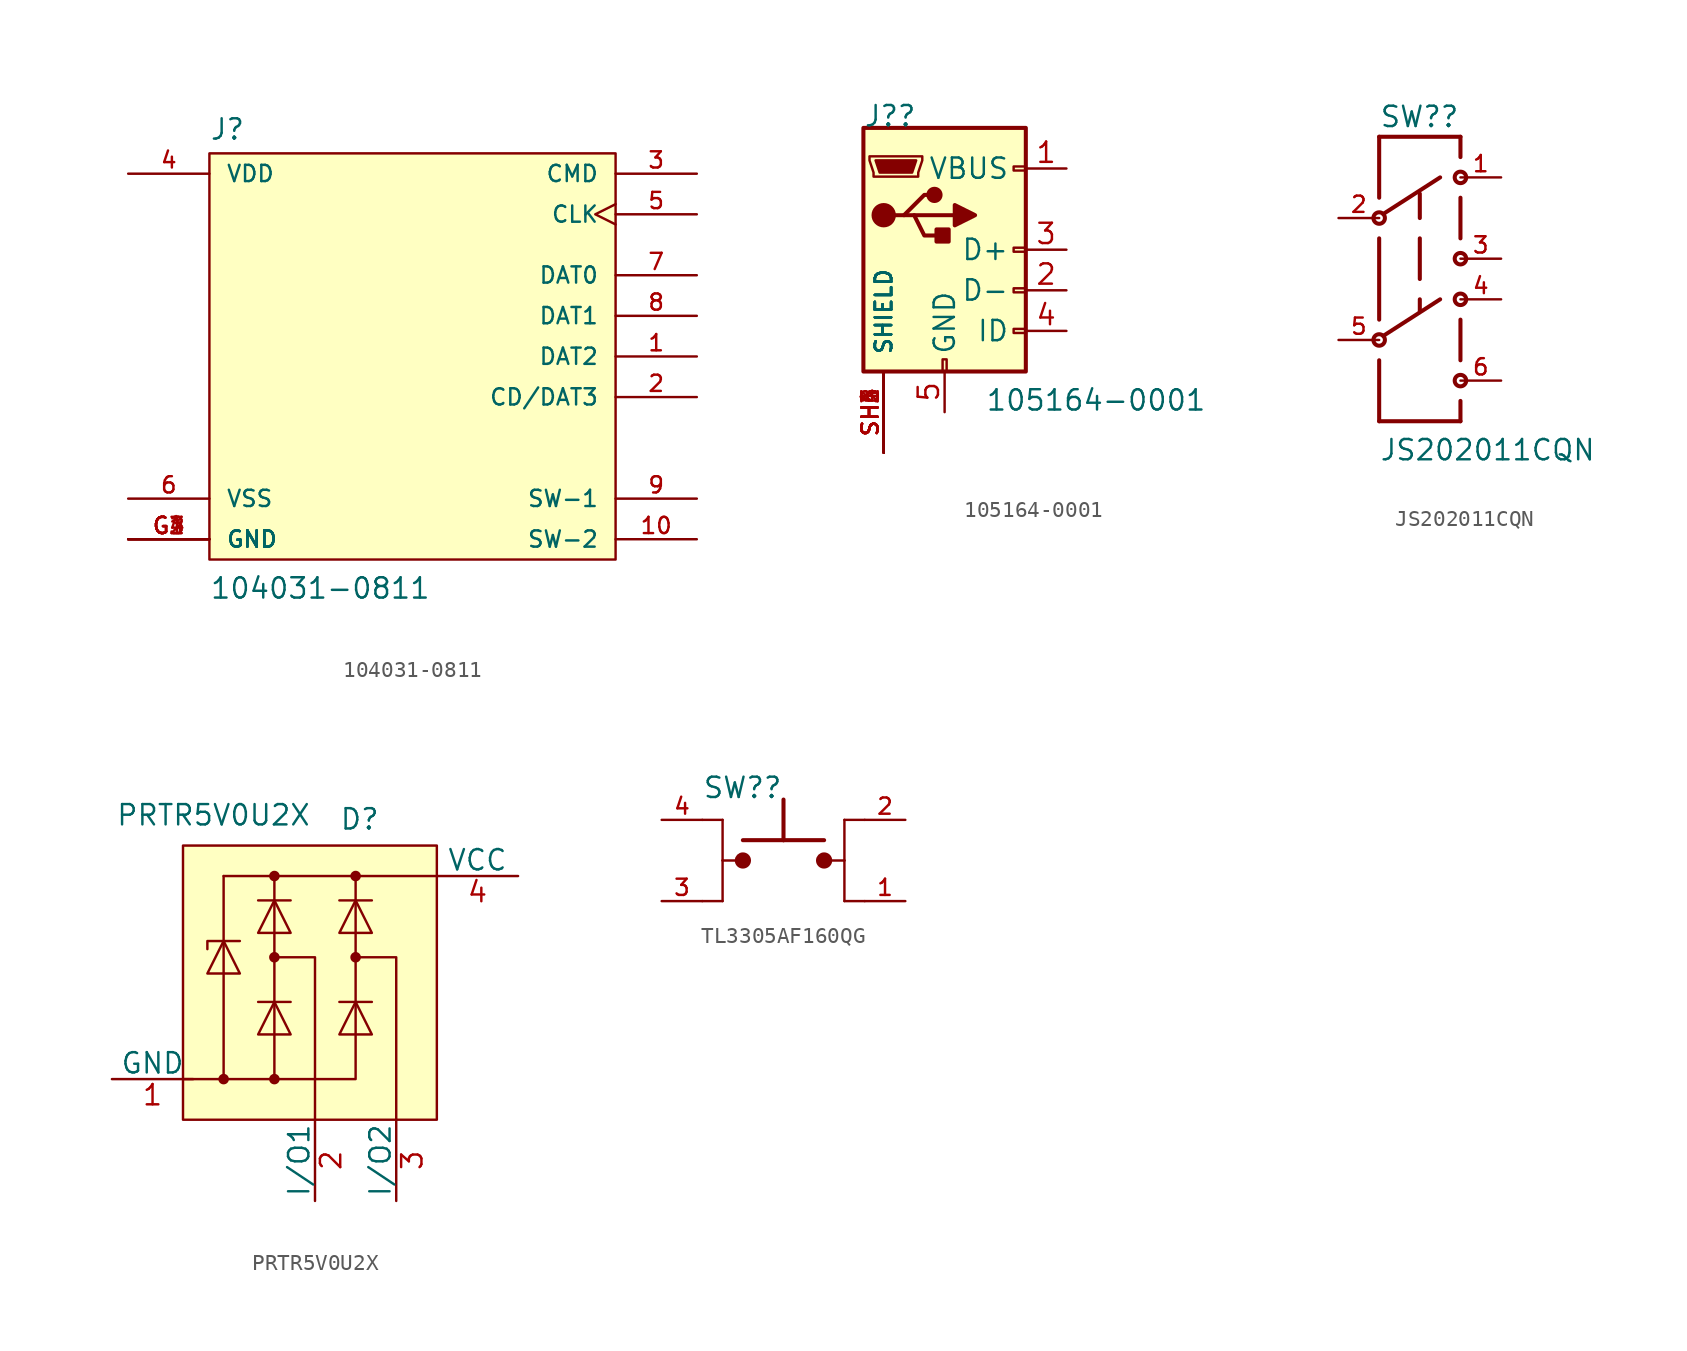
<source format=kicad_sym>
(kicad_symbol_lib
  (version 20211014)
  (generator kicad_symbol_editor)
  (symbol "104031-0811"
    (pin_names
      (offset 1.016))
    (property "Reference" "J"
      (at -12.7 13.462 0)
      (effects (font (size 1.27 1.27)) (justify left bottom)))
    (property "Value" "104031-0811"
      (at -12.7 -15.24 0)
      (effects (font (size 1.27 1.27)) (justify left bottom)))
    (symbol "104031-0811_0_0"
      (rectangle (start -12.7 -12.7) (end 12.7 12.7) (stroke (width 0.152) (type default) (color 0 0 0 0)) (fill (type background)))
      (pin bidirectional line (at 17.78 0 180) (length 5.08) (name "DAT2" (effects (font (size 1.016 1.016)))) (number "1" (effects (font (size 1.016 1.016)))))
      (pin passive line (at 17.78 -11.43 180) (length 5.08) (name "SW-2" (effects (font (size 1.016 1.016)))) (number "10" (effects (font (size 1.016 1.016)))))
      (pin bidirectional line (at 17.78 -2.54 180) (length 5.08) (name "CD/DAT3" (effects (font (size 1.016 1.016)))) (number "2" (effects (font (size 1.016 1.016)))))
      (pin bidirectional line (at 17.78 11.43 180) (length 5.08) (name "CMD" (effects (font (size 1.016 1.016)))) (number "3" (effects (font (size 1.016 1.016)))))
      (pin power_in line (at -17.78 11.43 0) (length 5.08) (name "VDD" (effects (font (size 1.016 1.016)))) (number "4" (effects (font (size 1.016 1.016)))))
      (pin input clock (at 17.78 8.89 180) (length 5.08) (name "CLK" (effects (font (size 1.016 1.016)))) (number "5" (effects (font (size 1.016 1.016)))))
      (pin power_in line (at -17.78 -8.89 0) (length 5.08) (name "VSS" (effects (font (size 1.016 1.016)))) (number "6" (effects (font (size 1.016 1.016)))))
      (pin bidirectional line (at 17.78 5.08 180) (length 5.08) (name "DAT0" (effects (font (size 1.016 1.016)))) (number "7" (effects (font (size 1.016 1.016)))))
      (pin bidirectional line (at 17.78 2.54 180) (length 5.08) (name "DAT1" (effects (font (size 1.016 1.016)))) (number "8" (effects (font (size 1.016 1.016)))))
      (pin passive line (at 17.78 -8.89 180) (length 5.08) (name "SW-1" (effects (font (size 1.016 1.016)))) (number "9" (effects (font (size 1.016 1.016)))))
      (pin power_in line (at -17.78 -11.43 0) (length 5.08) (name "GND" (effects (font (size 1.016 1.016)))) (number "G1" (effects (font (size 1.016 1.016)))))
      (pin power_in line (at -17.78 -11.43 0) (length 5.08) (name "GND" (effects (font (size 1.016 1.016)))) (number "G2" (effects (font (size 1.016 1.016)))))
      (pin power_in line (at -17.78 -11.43 0) (length 5.08) (name "GND" (effects (font (size 1.016 1.016)))) (number "G3" (effects (font (size 1.016 1.016)))))
      (pin power_in line (at -17.78 -11.43 0) (length 5.08) (name "GND" (effects (font (size 1.016 1.016)))) (number "G4" (effects (font (size 1.016 1.016)))))))
  (symbol "105164-0001"
    (pin_names
      (offset 1.016))
    (property "Reference" "J?"
      (at -5.08 10.16 0)
      (effects (font (size 1.27 1.27)) (justify left bottom)))
    (property "Value" "105164-0001"
      (at 2.54 -7.62 0)
      (effects (font (size 1.27 1.27)) (justify left bottom)))
    (symbol "105164-0001_0_0"
      (pin passive line (at -3.81 -10.16 90) (length 5.08) (name "SHIELD" (effects (font (size 1.016 1.016)))) (number "SH1" (effects (font (size 1.016 1.016)))))
      (pin passive line (at -3.81 -10.16 90) (length 5.08) (name "SHIELD" (effects (font (size 1.016 1.016)))) (number "SH2" (effects (font (size 1.016 1.016)))))
      (pin passive line (at -3.81 -10.16 90) (length 5.08) (name "SHIELD" (effects (font (size 1.016 1.016)))) (number "SH3" (effects (font (size 1.016 1.016)))))
      (pin passive line (at -3.81 -10.16 90) (length 5.08) (name "SHIELD" (effects (font (size 1.016 1.016)))) (number "SH4" (effects (font (size 1.016 1.016)))))
      (pin passive line (at -3.81 -10.16 90) (length 5.08) (name "SHIELD" (effects (font (size 1.016 1.016)))) (number "SH5" (effects (font (size 1.016 1.016)))))
      (pin passive line (at -3.81 -10.16 90) (length 5.08) (name "SHIELD" (effects (font (size 1.016 1.016)))) (number "SH6" (effects (font (size 1.016 1.016))))))
    (symbol "105164-0001_0_1"
      (rectangle (start -5.08 -5.08) (end 5.08 10.16) (stroke (width 0.254) (type default) (color 0 0 0 0)) (fill (type background)))
      (circle (center -3.81 4.699) (radius 0.635) (stroke (width 0.254) (type default) (color 0 0 0 0)) (fill (type outline)))
      (circle (center -0.635 5.969) (radius 0.381) (stroke (width 0.254) (type default) (color 0 0 0 0)) (fill (type outline)))
      (rectangle (start -0.127 -5.08) (end 0.127 -4.318) (stroke (width 0) (type default) (color 0 0 0 0)) (fill (type none)))
      (polyline (pts (xy -1.905 4.699) (xy 0.635 4.699)) (stroke (width 0.254) (type default) (color 0 0 0 0)) (fill (type none)))
      (polyline (pts (xy -3.175 4.699) (xy -2.54 4.699) (xy -1.27 5.969) (xy -0.635 5.969)) (stroke (width 0.254) (type default) (color 0 0 0 0)) (fill (type none)))
      (polyline (pts (xy -2.54 4.699) (xy -1.905 4.699) (xy -1.27 3.429) (xy 0 3.429)) (stroke (width 0.254) (type default) (color 0 0 0 0)) (fill (type none)))
      (polyline (pts (xy 0.635 5.334) (xy 0.635 4.064) (xy 1.905 4.699) (xy 0.635 5.334)) (stroke (width 0.254) (type default) (color 0 0 0 0)) (fill (type outline)))
      (polyline (pts (xy -4.318 8.128) (xy -1.778 8.128) (xy -2.032 7.366) (xy -4.064 7.366) (xy -4.318 8.128)) (stroke (width 0) (type default) (color 0 0 0 0)) (fill (type outline)))
      (polyline (pts (xy -4.699 8.382) (xy -4.699 8.128) (xy -4.445 7.366) (xy -4.445 7.112) (xy -1.651 7.112) (xy -1.651 7.366) (xy -1.397 8.128) (xy -1.397 8.382) (xy -4.699 8.382)) (stroke (width 0) (type default) (color 0 0 0 0)) (fill (type none)))
      (rectangle (start 0.254 3.81) (end -0.508 3.048) (stroke (width 0.254) (type default) (color 0 0 0 0)) (fill (type outline)))
      (rectangle (start 5.08 -2.667) (end 4.318 -2.413) (stroke (width 0) (type default) (color 0 0 0 0)) (fill (type none)))
      (rectangle (start 5.08 -0.127) (end 4.318 0.127) (stroke (width 0) (type default) (color 0 0 0 0)) (fill (type none)))
      (rectangle (start 5.08 2.413) (end 4.318 2.667) (stroke (width 0) (type default) (color 0 0 0 0)) (fill (type none)))
      (rectangle (start 5.08 7.493) (end 4.318 7.747) (stroke (width 0) (type default) (color 0 0 0 0)) (fill (type none))))
    (symbol "105164-0001_1_1"
      (pin power_out line (at 7.62 7.62 180) (length 2.54) (name "VBUS" (effects (font (size 1.27 1.27)))) (number "1" (effects (font (size 1.27 1.27)))))
      (pin bidirectional line (at 7.62 0 180) (length 2.54) (name "D-" (effects (font (size 1.27 1.27)))) (number "2" (effects (font (size 1.27 1.27)))))
      (pin bidirectional line (at 7.62 2.54 180) (length 2.54) (name "D+" (effects (font (size 1.27 1.27)))) (number "3" (effects (font (size 1.27 1.27)))))
      (pin passive line (at 7.62 -2.54 180) (length 2.54) (name "ID" (effects (font (size 1.27 1.27)))) (number "4" (effects (font (size 1.27 1.27)))))
      (pin power_out line (at 0 -7.62 90) (length 2.54) (name "GND" (effects (font (size 1.27 1.27)))) (number "5" (effects (font (size 1.27 1.27)))))))
  (symbol "JS202011CQN"
    (pin_names
      (offset 1.016))
    (property "Reference" "SW?"
      (at -2.54 8.128 0)
      (effects (font (size 1.27 1.27)) (justify left bottom)))
    (property "Value" "JS202011CQN"
      (at -2.54 -12.7 0)
      (effects (font (size 1.27 1.27)) (justify left bottom)))
    (symbol "JS202011CQN_0_0"
      (circle (center -2.54 -5.08) (radius 0.359) (stroke (width 0.254) (type default) (color 0 0 0 0)) (fill (type none)))
      (circle (center -2.54 2.54) (radius 0.359) (stroke (width 0.254) (type default) (color 0 0 0 0)) (fill (type none)))
      (polyline (pts (xy -2.54 -10.16) (xy 2.54 -10.16)) (stroke (width 0.254) (type default) (color 0 0 0 0)) (fill (type none)))
      (polyline (pts (xy -2.54 -6.35) (xy -2.54 -10.16)) (stroke (width 0.254) (type default) (color 0 0 0 0)) (fill (type none)))
      (polyline (pts (xy -2.54 1.27) (xy -2.54 -3.81)) (stroke (width 0.254) (type default) (color 0 0 0 0)) (fill (type none)))
      (polyline (pts (xy -2.54 7.62) (xy -2.54 3.81)) (stroke (width 0.254) (type default) (color 0 0 0 0)) (fill (type none)))
      (polyline (pts (xy -2.286 -4.826) (xy 1.27 -2.54)) (stroke (width 0.254) (type default) (color 0 0 0 0)) (fill (type none)))
      (polyline (pts (xy 0 -2.54) (xy 0 -3.302)) (stroke (width 0.254) (type default) (color 0 0 0 0)) (fill (type none)))
      (polyline (pts (xy 0 1.27) (xy 0 -1.27)) (stroke (width 0.254) (type default) (color 0 0 0 0)) (fill (type none)))
      (polyline (pts (xy 0 4.064) (xy 0 2.54)) (stroke (width 0.254) (type default) (color 0 0 0 0)) (fill (type none)))
      (polyline (pts (xy 1.27 5.08) (xy -2.286 2.794)) (stroke (width 0.254) (type default) (color 0 0 0 0)) (fill (type none)))
      (polyline (pts (xy 2.54 -10.16) (xy 2.54 -8.89)) (stroke (width 0.254) (type default) (color 0 0 0 0)) (fill (type none)))
      (polyline (pts (xy 2.54 -6.35) (xy 2.54 -3.81)) (stroke (width 0.254) (type default) (color 0 0 0 0)) (fill (type none)))
      (polyline (pts (xy 2.54 3.81) (xy 2.54 1.27)) (stroke (width 0.254) (type default) (color 0 0 0 0)) (fill (type none)))
      (polyline (pts (xy 2.54 6.35) (xy 2.54 7.62)) (stroke (width 0.254) (type default) (color 0 0 0 0)) (fill (type none)))
      (polyline (pts (xy 2.54 7.62) (xy -2.54 7.62)) (stroke (width 0.254) (type default) (color 0 0 0 0)) (fill (type none)))
      (circle (center 2.54 -7.62) (radius 0.359) (stroke (width 0.254) (type default) (color 0 0 0 0)) (fill (type none)))
      (circle (center 2.54 -2.54) (radius 0.359) (stroke (width 0.254) (type default) (color 0 0 0 0)) (fill (type none)))
      (circle (center 2.54 0) (radius 0.359) (stroke (width 0.254) (type default) (color 0 0 0 0)) (fill (type none)))
      (circle (center 2.54 5.08) (radius 0.359) (stroke (width 0.254) (type default) (color 0 0 0 0)) (fill (type none)))
      (pin bidirectional line (at 5.08 5.08 180) (length 2.54) (name "~" (effects (font (size 1.016 1.016)))) (number "1" (effects (font (size 1.016 1.016)))))
      (pin bidirectional line (at -5.08 2.54 0) (length 2.54) (name "~" (effects (font (size 1.016 1.016)))) (number "2" (effects (font (size 1.016 1.016)))))
      (pin bidirectional line (at 5.08 0 180) (length 2.54) (name "~" (effects (font (size 1.016 1.016)))) (number "3" (effects (font (size 1.016 1.016)))))
      (pin bidirectional line (at 5.08 -2.54 180) (length 2.54) (name "~" (effects (font (size 1.016 1.016)))) (number "4" (effects (font (size 1.016 1.016)))))
      (pin bidirectional line (at -5.08 -5.08 0) (length 2.54) (name "~" (effects (font (size 1.016 1.016)))) (number "5" (effects (font (size 1.016 1.016)))))
      (pin bidirectional line (at 5.08 -7.62 180) (length 2.54) (name "~" (effects (font (size 1.016 1.016)))) (number "6" (effects (font (size 1.016 1.016)))))))
  (symbol "PRTR5V0U2X"
    (pin_names
      (offset 0))
    (property "Reference" "D"
      (at 2.794 11.176 0)
      (effects (font (size 1.27 1.27))))
    (property "Value" "PRTR5V0U2X"
      (at -6.35 11.43 0)
      (effects (font (size 1.27 1.27))))
    (symbol "PRTR5V0U2X_0_1"
      (circle (center -5.715 -5.08) (radius 0.254) (stroke (width 0) (type default) (color 0 0 0 0)) (fill (type outline)))
      (circle (center -2.54 -5.08) (radius 0.254) (stroke (width 0) (type default) (color 0 0 0 0)) (fill (type outline)))
      (circle (center -2.54 2.54) (radius 0.254) (stroke (width 0) (type default) (color 0 0 0 0)) (fill (type outline)))
      (circle (center -2.54 7.62) (radius 0.254) (stroke (width 0) (type default) (color 0 0 0 0)) (fill (type outline)))
      (rectangle (start -2.54 7.62) (end 2.54 -5.08) (stroke (width 0) (type default) (color 0 0 0 0)) (fill (type none)))
      (polyline (pts (xy -8.255 -5.08) (xy -5.715 -5.08)) (stroke (width 0) (type default) (color 0 0 0 0)) (fill (type none)))
      (polyline (pts (xy -5.715 -5.08) (xy -5.715 7.62)) (stroke (width 0) (type default) (color 0 0 0 0)) (fill (type none)))
      (polyline (pts (xy -5.715 -5.08) (xy -2.54 -5.08)) (stroke (width 0) (type default) (color 0 0 0 0)) (fill (type none)))
      (polyline (pts (xy -5.715 7.62) (xy -2.54 7.62)) (stroke (width 0) (type default) (color 0 0 0 0)) (fill (type none)))
      (polyline (pts (xy -1.524 -0.254) (xy -3.556 -0.254)) (stroke (width 0) (type default) (color 0 0 0 0)) (fill (type none)))
      (polyline (pts (xy -1.524 6.096) (xy -3.556 6.096)) (stroke (width 0) (type default) (color 0 0 0 0)) (fill (type none)))
      (polyline (pts (xy 1.524 -0.254) (xy 3.556 -0.254)) (stroke (width 0) (type default) (color 0 0 0 0)) (fill (type none)))
      (polyline (pts (xy 1.524 6.096) (xy 3.556 6.096)) (stroke (width 0) (type default) (color 0 0 0 0)) (fill (type none)))
      (polyline (pts (xy 2.54 7.62) (xy 7.62 7.62)) (stroke (width 0) (type default) (color 0 0 0 0)) (fill (type none)))
      (polyline (pts (xy -4.699 3.556) (xy -6.731 3.556) (xy -6.731 3.048)) (stroke (width 0) (type default) (color 0 0 0 0)) (fill (type none)))
      (polyline (pts (xy -2.54 2.54) (xy 0 2.54) (xy 0 -7.62)) (stroke (width 0) (type default) (color 0 0 0 0)) (fill (type none)))
      (polyline (pts (xy 2.54 2.54) (xy 5.08 2.54) (xy 5.08 -7.62)) (stroke (width 0) (type default) (color 0 0 0 0)) (fill (type none)))
      (polyline (pts (xy -6.731 1.524) (xy -4.699 1.524) (xy -5.715 3.556) (xy -6.731 1.524)) (stroke (width 0) (type default) (color 0 0 0 0)) (fill (type none)))
      (polyline (pts (xy -3.556 -2.286) (xy -1.524 -2.286) (xy -2.54 -0.254) (xy -3.556 -2.286)) (stroke (width 0) (type default) (color 0 0 0 0)) (fill (type none)))
      (polyline (pts (xy -3.556 4.064) (xy -1.524 4.064) (xy -2.54 6.096) (xy -3.556 4.064)) (stroke (width 0) (type default) (color 0 0 0 0)) (fill (type none)))
      (polyline (pts (xy 3.556 -2.286) (xy 1.524 -2.286) (xy 2.54 -0.254) (xy 3.556 -2.286)) (stroke (width 0) (type default) (color 0 0 0 0)) (fill (type none)))
      (polyline (pts (xy 3.556 4.064) (xy 1.524 4.064) (xy 2.54 6.096) (xy 3.556 4.064)) (stroke (width 0) (type default) (color 0 0 0 0)) (fill (type none)))
      (circle (center 2.54 2.54) (radius 0.254) (stroke (width 0) (type default) (color 0 0 0 0)) (fill (type outline)))
      (circle (center 2.54 7.62) (radius 0.254) (stroke (width 0) (type default) (color 0 0 0 0)) (fill (type outline)))
      (rectangle (start 7.62 9.525) (end -8.255 -7.62) (stroke (width 0) (type default) (color 0 0 0 0)) (fill (type background))))
    (symbol "PRTR5V0U2X_1_1"
      (pin passive line (at -12.7 -5.08 0) (length 5.08) (name "GND" (effects (font (size 1.27 1.27)))) (number "1" (effects (font (size 1.27 1.27)))))
      (pin passive line (at 0 -12.7 90) (length 5.08) (name "I/O1" (effects (font (size 1.27 1.27)))) (number "2" (effects (font (size 1.27 1.27)))))
      (pin passive line (at 5.08 -12.7 90) (length 5.08) (name "I/O2" (effects (font (size 1.27 1.27)))) (number "3" (effects (font (size 1.27 1.27)))))
      (pin passive line (at 12.7 7.62 180) (length 5.08) (name "VCC" (effects (font (size 1.27 1.27)))) (number "4" (effects (font (size 1.27 1.27)))))))
  (symbol "TL3305AF160QG"
    (pin_names
      (offset 1.016))
    (property "Reference" "SW?"
      (at -5.08 3.81 0)
      (effects (font (size 1.27 1.27)) (justify left bottom)))
    (symbol "TL3305AF160QG_0_0"
      (circle (center -2.54 0) (radius 0.254) (stroke (width 0.508) (type default) (color 0 0 0 0)) (fill (type none)))
      (polyline (pts (xy -5.08 -2.54) (xy -3.81 -2.54)) (stroke (width 0.152) (type default) (color 0 0 0 0)) (fill (type none)))
      (polyline (pts (xy -5.08 2.54) (xy -3.81 2.54)) (stroke (width 0.152) (type default) (color 0 0 0 0)) (fill (type none)))
      (polyline (pts (xy -3.81 -2.54) (xy -3.81 0)) (stroke (width 0.152) (type default) (color 0 0 0 0)) (fill (type none)))
      (polyline (pts (xy -3.81 0) (xy -2.54 0)) (stroke (width 0.152) (type default) (color 0 0 0 0)) (fill (type none)))
      (polyline (pts (xy -3.81 2.54) (xy -3.81 0)) (stroke (width 0.152) (type default) (color 0 0 0 0)) (fill (type none)))
      (polyline (pts (xy -2.54 1.27) (xy 0 1.27)) (stroke (width 0.254) (type default) (color 0 0 0 0)) (fill (type none)))
      (polyline (pts (xy 0 1.27) (xy 0 3.81)) (stroke (width 0.254) (type default) (color 0 0 0 0)) (fill (type none)))
      (polyline (pts (xy 0 1.27) (xy 2.54 1.27)) (stroke (width 0.254) (type default) (color 0 0 0 0)) (fill (type none)))
      (polyline (pts (xy 3.81 -2.54) (xy 3.81 0)) (stroke (width 0.152) (type default) (color 0 0 0 0)) (fill (type none)))
      (polyline (pts (xy 3.81 0) (xy 2.54 0)) (stroke (width 0.152) (type default) (color 0 0 0 0)) (fill (type none)))
      (polyline (pts (xy 3.81 0) (xy 3.81 2.54)) (stroke (width 0.152) (type default) (color 0 0 0 0)) (fill (type none)))
      (polyline (pts (xy 3.81 2.54) (xy 5.08 2.54)) (stroke (width 0.152) (type default) (color 0 0 0 0)) (fill (type none)))
      (polyline (pts (xy 5.08 -2.54) (xy 3.81 -2.54)) (stroke (width 0.152) (type default) (color 0 0 0 0)) (fill (type none)))
      (circle (center 2.54 0) (radius 0.254) (stroke (width 0.508) (type default) (color 0 0 0 0)) (fill (type none)))
      (pin passive line (at 7.62 -2.54 180) (length 2.54) (name "~" (effects (font (size 1.016 1.016)))) (number "1" (effects (font (size 1.016 1.016)))))
      (pin passive line (at 7.62 2.54 180) (length 2.54) (name "~" (effects (font (size 1.016 1.016)))) (number "2" (effects (font (size 1.016 1.016)))))
      (pin passive line (at -7.62 -2.54 0) (length 2.54) (name "~" (effects (font (size 1.016 1.016)))) (number "3" (effects (font (size 1.016 1.016)))))
      (pin passive line (at -7.62 2.54 0) (length 2.54) (name "~" (effects (font (size 1.016 1.016)))) (number "4" (effects (font (size 1.016 1.016))))))))
</source>
